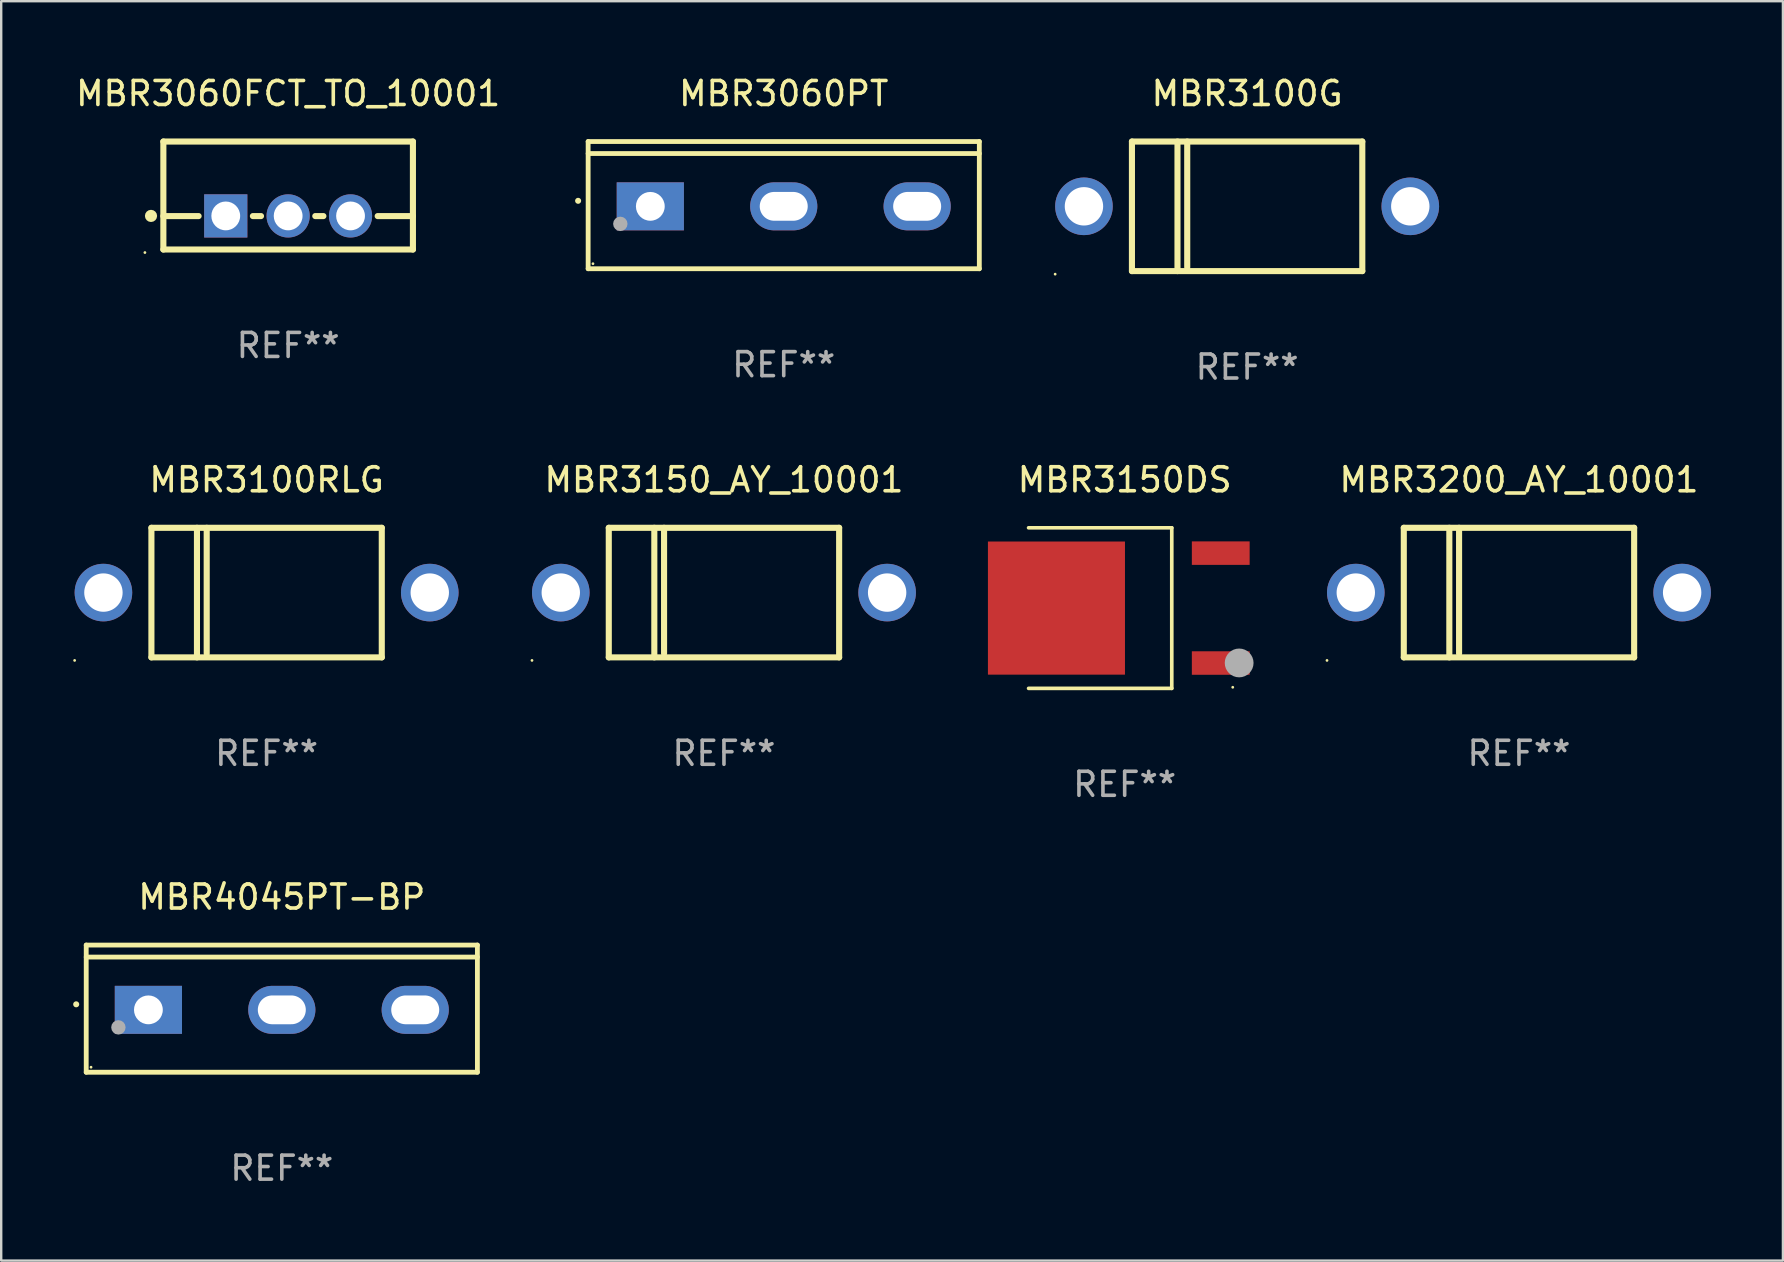
<source format=kicad_pcb>
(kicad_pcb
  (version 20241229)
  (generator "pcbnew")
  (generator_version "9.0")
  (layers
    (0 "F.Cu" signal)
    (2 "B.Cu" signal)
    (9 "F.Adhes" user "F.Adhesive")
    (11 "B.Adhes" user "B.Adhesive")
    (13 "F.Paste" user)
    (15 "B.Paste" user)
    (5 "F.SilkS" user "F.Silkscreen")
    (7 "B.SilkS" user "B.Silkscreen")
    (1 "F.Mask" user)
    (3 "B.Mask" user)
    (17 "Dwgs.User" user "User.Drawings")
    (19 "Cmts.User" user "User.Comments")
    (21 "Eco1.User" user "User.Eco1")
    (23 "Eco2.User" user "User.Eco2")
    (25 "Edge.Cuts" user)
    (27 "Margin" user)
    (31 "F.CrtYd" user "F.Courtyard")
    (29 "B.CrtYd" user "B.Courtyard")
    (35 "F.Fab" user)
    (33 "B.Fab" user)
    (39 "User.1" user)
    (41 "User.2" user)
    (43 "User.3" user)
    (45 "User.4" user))
  (footprint "MBR3200_AY_10001"
    (layer "F.Cu")
    (at 60.251 21.645)
    (property "Reference" "MBR3200_AY_10001" (at 0 -4.7 0) (layer "F.SilkS") (effects (font (size 1 1) (thickness 0.15))))
    (attr through_hole)
    (fp_line (start -4.8 -2.7) (end -4.8 2.7) (stroke (width 0.254) (type solid)) (layer "F.SilkS"))
    (fp_line (start -4.8 -2.7) (end 4.8 -2.7) (stroke (width 0.254) (type solid)) (layer "F.SilkS"))
    (fp_line (start -2.902 -2.7) (end -2.902 2.7) (stroke (width 0.254) (type solid)) (layer "F.SilkS"))
    (fp_line (start -2.496 -2.7) (end -2.496 2.54) (stroke (width 0.254) (type solid)) (layer "F.SilkS"))
    (fp_line (start 4.8 -2.7) (end 4.8 2.7) (stroke (width 0.254) (type solid)) (layer "F.SilkS"))
    (fp_line (start 4.8 2.7) (end -4.8 2.7) (stroke (width 0.254) (type solid)) (layer "F.SilkS"))
    (fp_circle (center -8 2.827) (end -7.97 2.827) (stroke (width 0.06) (type solid)) (fill no) (layer "F.SilkS"))
    (fp_text user "REF**" (at 0 6.7 0) (layer "F.Fab") (effects (font (size 1 1) (thickness 0.15))))
    (pad "1" thru_hole circle (at -6.8 0) (size 2.4 2.4) (drill 1.6) (layers "*.Cu" "*.Mask"))
    (pad "2" thru_hole circle (at 6.8 0) (size 2.4 2.4) (drill 1.6) (layers "*.Cu" "*.Mask")))
  (footprint "MBR3150DS"
    (layer "F.Cu")
    (at 43.819 22.291)
    (property "Reference" "MBR3150DS" (at 0 -5.346 0) (layer "F.SilkS") (effects (font (size 1 1) (thickness 0.15))))
    (attr through_hole)
    (fp_line (start -4.004 -3.346) (end 1.963 -3.346) (stroke (width 0.152) (type solid)) (layer "F.SilkS"))
    (fp_line (start -4.004 3.346) (end 1.963 3.346) (stroke (width 0.152) (type solid)) (layer "F.SilkS"))
    (fp_line (start 1.963 3.346) (end 1.963 -3.346) (stroke (width 0.152) (type solid)) (layer "F.SilkS"))
    (fp_circle (center 4.504 3.3) (end 4.534 3.3) (stroke (width 0.06) (type solid)) (fill no) (layer "F.SilkS"))
    (fp_circle (center 4.771 2.286) (end 5.071 2.286) (stroke (width 0.6) (type solid)) (fill no) (layer "F.Fab"))
    (fp_text user "REF**" (at 0 7.346 0) (layer "F.Fab") (effects (font (size 1 1) (thickness 0.15))))
    (pad "1" smd rect (at 4.004 2.29) (size 2.409 0.979) (layers "F.Cu" "F.Mask" "F.Paste"))
    (pad "2" smd rect (at -2.843 0) (size 5.711 5.548) (layers "F.Cu" "F.Mask" "F.Paste"))
    (pad "3" smd rect (at 4.004 -2.29) (size 2.409 0.979) (layers "F.Cu" "F.Mask" "F.Paste")))
  (footprint "MBR3150_AY_10001"
    (layer "F.Cu")
    (at 27.12 21.645)
    (property "Reference" "MBR3150_AY_10001" (at 0 -4.7 0) (layer "F.SilkS") (effects (font (size 1 1) (thickness 0.15))))
    (attr through_hole)
    (fp_line (start -4.8 -2.7) (end -4.8 2.7) (stroke (width 0.254) (type solid)) (layer "F.SilkS"))
    (fp_line (start -4.8 -2.7) (end 4.8 -2.7) (stroke (width 0.254) (type solid)) (layer "F.SilkS"))
    (fp_line (start -2.902 -2.7) (end -2.902 2.7) (stroke (width 0.254) (type solid)) (layer "F.SilkS"))
    (fp_line (start -2.496 -2.7) (end -2.496 2.54) (stroke (width 0.254) (type solid)) (layer "F.SilkS"))
    (fp_line (start 4.8 -2.7) (end 4.8 2.7) (stroke (width 0.254) (type solid)) (layer "F.SilkS"))
    (fp_line (start 4.8 2.7) (end -4.8 2.7) (stroke (width 0.254) (type solid)) (layer "F.SilkS"))
    (fp_circle (center -8 2.827) (end -7.97 2.827) (stroke (width 0.06) (type solid)) (fill no) (layer "F.SilkS"))
    (fp_text user "REF**" (at 0 6.7 0) (layer "F.Fab") (effects (font (size 1 1) (thickness 0.15))))
    (pad "1" thru_hole circle (at -6.8 0) (size 2.4 2.4) (drill 1.6) (layers "*.Cu" "*.Mask"))
    (pad "2" thru_hole circle (at 6.8 0) (size 2.4 2.4) (drill 1.6) (layers "*.Cu" "*.Mask")))
  (footprint "MBR3060PT"
    (layer "F.Cu")
    (at 29.611 5.499)
    (property "Reference" "MBR3060PT" (at 0 -4.65 0) (layer "F.SilkS") (effects (font (size 1 1) (thickness 0.15))))
    (attr through_hole)
    (fp_line (start -8.151 -2.65) (end -8.151 2.65) (stroke (width 0.201) (type solid)) (layer "F.SilkS"))
    (fp_line (start 8.151 -2.65) (end -8.151 -2.65) (stroke (width 0.201) (type solid)) (layer "F.SilkS"))
    (fp_line (start 8.151 -2.15) (end -8.151 -2.15) (stroke (width 0.201) (type solid)) (layer "F.SilkS"))
    (fp_line (start 8.151 2.65) (end -8.151 2.65) (stroke (width 0.201) (type solid)) (layer "F.SilkS"))
    (fp_line (start 8.151 2.65) (end 8.151 -2.65) (stroke (width 0.201) (type solid)) (layer "F.SilkS"))
    (fp_arc (start -8.570003 -0.18048) (mid -8.568733 -0.180486) (end -8.567463 -0.18048) (stroke (width 0.24892) (type solid)) (layer "F.SilkS"))
    (fp_circle (center -7.95 2.44) (end -7.92 2.44) (stroke (width 0.06) (type solid)) (fill no) (layer "F.SilkS"))
    (fp_circle (center -6.81 0.78) (end -6.66 0.78) (stroke (width 0.3) (type solid)) (fill no) (layer "F.Fab"))
    (fp_text user "REF**" (at 0 6.65 0) (layer "F.Fab") (effects (font (size 1 1) (thickness 0.15))))
    (pad "1" thru_hole rect (at -5.56 0.05 90) (size 2 2.8) (drill 1.2) (layers "*.Cu" "*.Mask"))
    (pad "2" thru_hole oval (at 0 0.05 90) (size 2 2.8) (drill oval 1.2 2) (layers "*.Cu" "*.Mask"))
    (pad "3" thru_hole oval (at 5.56 0.05 90) (size 2 2.8) (drill oval 1.2 2) (layers "*.Cu" "*.Mask")))
  (footprint "MBR3100G"
    (layer "F.Cu")
    (at 48.922 5.548)
    (property "Reference" "MBR3100G" (at 0 -4.7 0) (layer "F.SilkS") (effects (font (size 1 1) (thickness 0.15))))
    (attr through_hole)
    (fp_line (start -4.8 -2.7) (end -4.8 2.7) (stroke (width 0.254) (type solid)) (layer "F.SilkS"))
    (fp_line (start -4.8 -2.7) (end 4.8 -2.7) (stroke (width 0.254) (type solid)) (layer "F.SilkS"))
    (fp_line (start -2.902 -2.7) (end -2.902 2.7) (stroke (width 0.254) (type solid)) (layer "F.SilkS"))
    (fp_line (start -2.496 -2.7) (end -2.496 2.54) (stroke (width 0.254) (type solid)) (layer "F.SilkS"))
    (fp_line (start 4.8 -2.7) (end 4.8 2.7) (stroke (width 0.254) (type solid)) (layer "F.SilkS"))
    (fp_line (start 4.8 2.7) (end -4.8 2.7) (stroke (width 0.254) (type solid)) (layer "F.SilkS"))
    (fp_circle (center -8 2.827) (end -7.97 2.827) (stroke (width 0.06) (type solid)) (fill no) (layer "F.SilkS"))
    (fp_text user "REF**" (at 0 6.7 0) (layer "F.Fab") (effects (font (size 1 1) (thickness 0.15))))
    (pad "1" thru_hole circle (at -6.8 0) (size 2.4 2.4) (drill 1.6) (layers "*.Cu" "*.Mask"))
    (pad "2" thru_hole circle (at 6.8 0) (size 2.4 2.4) (drill 1.6) (layers "*.Cu" "*.Mask")))
  (footprint "MBR3060FCT_TO_10001"
    (layer "F.Cu")
    (at 8.958 5.098)
    (property "Reference" "MBR3060FCT_TO_10001" (at 0 -4.25 0) (layer "F.SilkS") (effects (font (size 1 1) (thickness 0.15))))
    (attr through_hole)
    (fp_line (start -5.2 -2.25) (end -5.2 2.25) (stroke (width 0.254) (type solid)) (layer "F.SilkS"))
    (fp_line (start -5.2 -2.25) (end 5.2 -2.25) (stroke (width 0.254) (type solid)) (layer "F.SilkS"))
    (fp_line (start -5.2 0.857) (end -3.731 0.857) (stroke (width 0.254) (type solid)) (layer "F.SilkS"))
    (fp_line (start -5.2 2.25) (end 5.2 2.25) (stroke (width 0.254) (type solid)) (layer "F.SilkS"))
    (fp_line (start -1.469 0.857) (end -1.131 0.857) (stroke (width 0.254) (type solid)) (layer "F.SilkS"))
    (fp_line (start 1.131 0.857) (end 1.469 0.857) (stroke (width 0.254) (type solid)) (layer "F.SilkS"))
    (fp_line (start 3.731 0.857) (end 5.2 0.857) (stroke (width 0.254) (type solid)) (layer "F.SilkS"))
    (fp_line (start 5.2 -2.25) (end 5.2 2.25) (stroke (width 0.254) (type solid)) (layer "F.SilkS"))
    (fp_circle (center -5.969 2.377) (end -5.939 2.377) (stroke (width 0.06) (type solid)) (fill no) (layer "F.SilkS"))
    (fp_circle (center -5.715 0.85) (end -5.588 0.85) (stroke (width 0.254) (type solid)) (fill no) (layer "F.SilkS"))
    (fp_text user "REF**" (at 0 6.25 0) (layer "F.Fab") (effects (font (size 1 1) (thickness 0.15))))
    (pad "1" thru_hole rect (at -2.6 0.85) (size 1.8 1.8) (drill 1.2) (layers "*.Cu" "*.Mask"))
    (pad "2" thru_hole circle (at 0 0.85) (size 1.8 1.8) (drill 1.2) (layers "*.Cu" "*.Mask"))
    (pad "3" thru_hole circle (at 2.6 0.85) (size 1.8 1.8) (drill 1.2) (layers "*.Cu" "*.Mask")))
  (footprint "MBR4045PT-BP"
    (layer "F.Cu")
    (at 8.694 38.984)
    (property "Reference" "MBR4045PT-BP" (at 0 -4.65 0) (layer "F.SilkS") (effects (font (size 1 1) (thickness 0.15))))
    (attr through_hole)
    (fp_line (start -8.151 -2.65) (end -8.151 2.65) (stroke (width 0.201) (type solid)) (layer "F.SilkS"))
    (fp_line (start 8.151 -2.65) (end -8.151 -2.65) (stroke (width 0.201) (type solid)) (layer "F.SilkS"))
    (fp_line (start 8.151 -2.15) (end -8.151 -2.15) (stroke (width 0.201) (type solid)) (layer "F.SilkS"))
    (fp_line (start 8.151 2.65) (end -8.151 2.65) (stroke (width 0.201) (type solid)) (layer "F.SilkS"))
    (fp_line (start 8.151 2.65) (end 8.151 -2.65) (stroke (width 0.201) (type solid)) (layer "F.SilkS"))
    (fp_arc (start -8.570003 -0.18048) (mid -8.568733 -0.180486) (end -8.567463 -0.18048) (stroke (width 0.24892) (type solid)) (layer "F.SilkS"))
    (fp_circle (center -7.95 2.44) (end -7.92 2.44) (stroke (width 0.06) (type solid)) (fill no) (layer "F.SilkS"))
    (fp_circle (center -6.81 0.78) (end -6.66 0.78) (stroke (width 0.3) (type solid)) (fill no) (layer "F.Fab"))
    (fp_text user "REF**" (at 0 6.65 0) (layer "F.Fab") (effects (font (size 1 1) (thickness 0.15))))
    (pad "1" thru_hole rect (at -5.56 0.05 90) (size 2 2.8) (drill 1.2) (layers "*.Cu" "*.Mask"))
    (pad "2" thru_hole oval (at 0 0.05 90) (size 2 2.8) (drill oval 1.2 2) (layers "*.Cu" "*.Mask"))
    (pad "3" thru_hole oval (at 5.56 0.05 90) (size 2 2.8) (drill oval 1.2 2) (layers "*.Cu" "*.Mask")))
  (footprint "MBR3100RLG"
    (layer "F.Cu")
    (at 8.06 21.645)
    (property "Reference" "MBR3100RLG" (at 0 -4.7 0) (layer "F.SilkS") (effects (font (size 1 1) (thickness 0.15))))
    (attr through_hole)
    (fp_line (start -4.8 -2.7) (end -4.8 2.7) (stroke (width 0.254) (type solid)) (layer "F.SilkS"))
    (fp_line (start -4.8 -2.7) (end 4.8 -2.7) (stroke (width 0.254) (type solid)) (layer "F.SilkS"))
    (fp_line (start -2.902 -2.7) (end -2.902 2.7) (stroke (width 0.254) (type solid)) (layer "F.SilkS"))
    (fp_line (start -2.496 -2.7) (end -2.496 2.54) (stroke (width 0.254) (type solid)) (layer "F.SilkS"))
    (fp_line (start 4.8 -2.7) (end 4.8 2.7) (stroke (width 0.254) (type solid)) (layer "F.SilkS"))
    (fp_line (start 4.8 2.7) (end -4.8 2.7) (stroke (width 0.254) (type solid)) (layer "F.SilkS"))
    (fp_circle (center -8 2.827) (end -7.97 2.827) (stroke (width 0.06) (type solid)) (fill no) (layer "F.SilkS"))
    (fp_text user "REF**" (at 0 6.7 0) (layer "F.Fab") (effects (font (size 1 1) (thickness 0.15))))
    (pad "1" thru_hole circle (at -6.8 0) (size 2.4 2.4) (drill 1.6) (layers "*.Cu" "*.Mask"))
    (pad "2" thru_hole circle (at 6.8 0) (size 2.4 2.4) (drill 1.6) (layers "*.Cu" "*.Mask")))
  (gr_rect
    (start -3 -3)
    (end 71.251 49.483)
    (stroke (width 0.1) (type default))
    (fill no)
    (layer "Edge.Cuts")))
</source>
